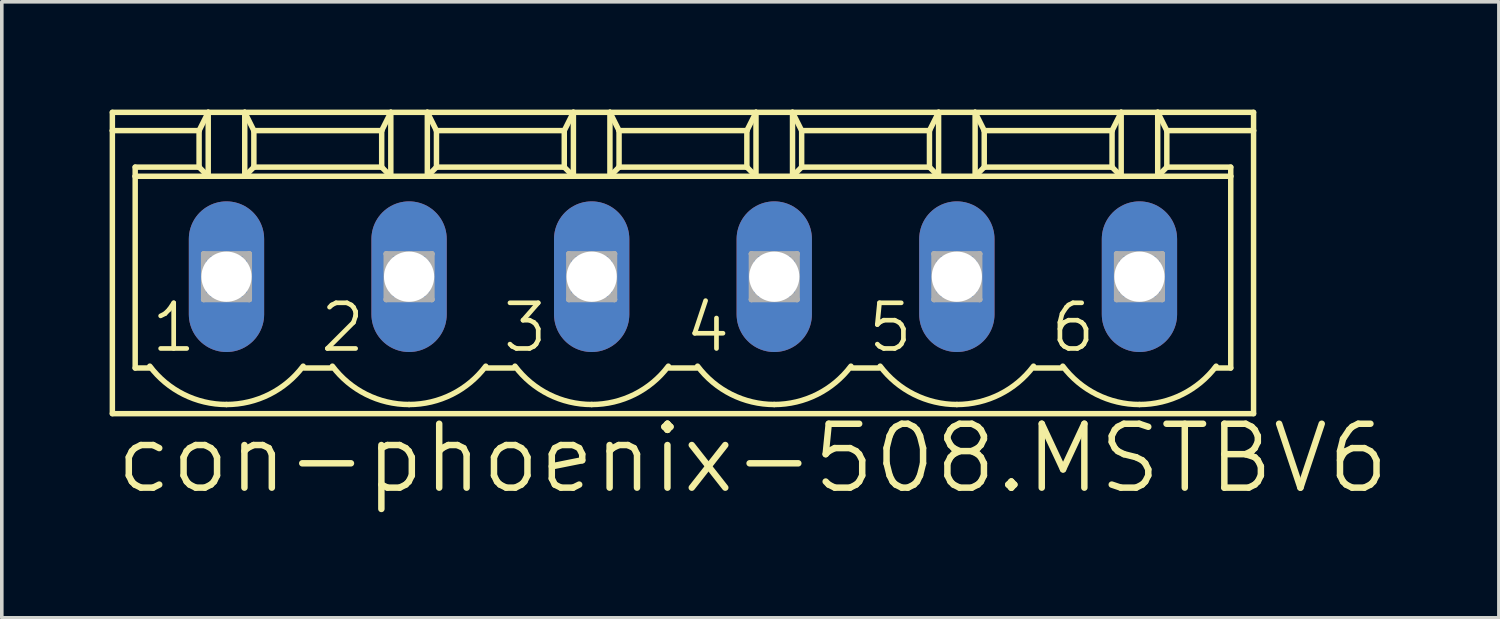
<source format=kicad_pcb>
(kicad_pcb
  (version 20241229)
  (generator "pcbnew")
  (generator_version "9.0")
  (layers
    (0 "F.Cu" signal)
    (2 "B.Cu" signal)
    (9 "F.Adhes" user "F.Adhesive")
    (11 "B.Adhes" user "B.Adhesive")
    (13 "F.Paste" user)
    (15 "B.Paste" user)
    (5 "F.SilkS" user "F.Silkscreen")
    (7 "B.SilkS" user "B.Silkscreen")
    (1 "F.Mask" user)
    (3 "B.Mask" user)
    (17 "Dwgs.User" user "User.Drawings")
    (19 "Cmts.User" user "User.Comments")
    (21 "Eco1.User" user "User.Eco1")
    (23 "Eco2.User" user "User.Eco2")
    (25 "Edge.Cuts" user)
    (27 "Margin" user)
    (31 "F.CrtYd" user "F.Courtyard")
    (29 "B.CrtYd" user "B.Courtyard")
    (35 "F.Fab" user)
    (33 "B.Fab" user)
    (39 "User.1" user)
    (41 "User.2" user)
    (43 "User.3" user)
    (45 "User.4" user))
  (footprint "con-phoenix-508.MSTBV6"
    (layer "F.Cu")
    (at 15.951 4.648)
    (property "Reference" "con-phoenix-508.MSTBV6" (at -15.875 6.096 0) (layer "F.SilkS") (effects (font (size 1.778 1.778) (thickness 0.18)) (justify left bottom)))
    (attr through_hole)
    (fp_line (start -15.875 -4.572) (end -15.875 -4.064) (stroke (width 0.152) (type default)) (layer "F.SilkS"))
    (fp_line (start -15.875 -4.572) (end -13.208 -4.572) (stroke (width 0.152) (type default)) (layer "F.SilkS"))
    (fp_line (start -15.875 -4.064) (end -15.875 3.81) (stroke (width 0.152) (type default)) (layer "F.SilkS"))
    (fp_line (start -15.875 -4.064) (end -13.462 -4.064) (stroke (width 0.152) (type default)) (layer "F.SilkS"))
    (fp_line (start -15.875 3.81) (end 15.875 3.81) (stroke (width 0.152) (type default)) (layer "F.SilkS"))
    (fp_line (start -15.24 -2.794) (end -15.24 -3.048) (stroke (width 0.152) (type default)) (layer "F.SilkS"))
    (fp_line (start -15.24 -2.794) (end -13.208 -2.794) (stroke (width 0.152) (type default)) (layer "F.SilkS"))
    (fp_line (start -15.24 2.54) (end -15.24 -2.794) (stroke (width 0.152) (type default)) (layer "F.SilkS"))
    (fp_line (start -15.24 2.54) (end -14.808 2.54) (stroke (width 0.152) (type default)) (layer "F.SilkS"))
    (fp_line (start -13.462 -4.064) (end -13.462 -3.048) (stroke (width 0.152) (type default)) (layer "F.SilkS"))
    (fp_line (start -13.462 -4.064) (end -13.208 -4.572) (stroke (width 0.152) (type default)) (layer "F.SilkS"))
    (fp_line (start -13.462 -3.048) (end -15.24 -3.048) (stroke (width 0.152) (type default)) (layer "F.SilkS"))
    (fp_line (start -13.462 -3.048) (end -13.208 -2.794) (stroke (width 0.152) (type default)) (layer "F.SilkS"))
    (fp_line (start -13.208 -4.572) (end -12.192 -4.572) (stroke (width 0.152) (type default)) (layer "F.SilkS"))
    (fp_line (start -13.208 -2.794) (end -13.208 -4.572) (stroke (width 0.152) (type default)) (layer "F.SilkS"))
    (fp_line (start -13.208 -2.794) (end -12.192 -2.794) (stroke (width 0.152) (type default)) (layer "F.SilkS"))
    (fp_line (start -12.192 -4.572) (end -11.938 -4.064) (stroke (width 0.152) (type default)) (layer "F.SilkS"))
    (fp_line (start -12.192 -4.572) (end -8.128 -4.572) (stroke (width 0.152) (type default)) (layer "F.SilkS"))
    (fp_line (start -12.192 -2.794) (end -12.192 -4.572) (stroke (width 0.152) (type default)) (layer "F.SilkS"))
    (fp_line (start -12.192 -2.794) (end -8.128 -2.794) (stroke (width 0.152) (type default)) (layer "F.SilkS"))
    (fp_line (start -11.938 -4.064) (end -11.938 -3.048) (stroke (width 0.152) (type default)) (layer "F.SilkS"))
    (fp_line (start -11.938 -4.064) (end -8.382 -4.064) (stroke (width 0.152) (type default)) (layer "F.SilkS"))
    (fp_line (start -11.938 -3.048) (end -12.192 -2.794) (stroke (width 0.152) (type default)) (layer "F.SilkS"))
    (fp_line (start -10.541 2.54) (end -9.779 2.54) (stroke (width 0.152) (type default)) (layer "F.SilkS"))
    (fp_line (start -8.382 -4.064) (end -8.382 -3.048) (stroke (width 0.152) (type default)) (layer "F.SilkS"))
    (fp_line (start -8.382 -4.064) (end -8.128 -4.572) (stroke (width 0.152) (type default)) (layer "F.SilkS"))
    (fp_line (start -8.382 -3.048) (end -11.938 -3.048) (stroke (width 0.152) (type default)) (layer "F.SilkS"))
    (fp_line (start -8.382 -3.048) (end -8.128 -2.794) (stroke (width 0.152) (type default)) (layer "F.SilkS"))
    (fp_line (start -8.128 -4.572) (end -7.112 -4.572) (stroke (width 0.152) (type default)) (layer "F.SilkS"))
    (fp_line (start -8.128 -2.794) (end -8.128 -4.572) (stroke (width 0.152) (type default)) (layer "F.SilkS"))
    (fp_line (start -8.128 -2.794) (end -7.112 -2.794) (stroke (width 0.152) (type default)) (layer "F.SilkS"))
    (fp_line (start -7.112 -4.572) (end -6.858 -4.064) (stroke (width 0.152) (type default)) (layer "F.SilkS"))
    (fp_line (start -7.112 -4.572) (end -3.048 -4.572) (stroke (width 0.152) (type default)) (layer "F.SilkS"))
    (fp_line (start -7.112 -2.794) (end -7.112 -4.572) (stroke (width 0.152) (type default)) (layer "F.SilkS"))
    (fp_line (start -7.112 -2.794) (end -3.048 -2.794) (stroke (width 0.152) (type default)) (layer "F.SilkS"))
    (fp_line (start -6.858 -4.064) (end -6.858 -3.048) (stroke (width 0.152) (type default)) (layer "F.SilkS"))
    (fp_line (start -6.858 -4.064) (end -3.302 -4.064) (stroke (width 0.152) (type default)) (layer "F.SilkS"))
    (fp_line (start -6.858 -3.048) (end -7.112 -2.794) (stroke (width 0.152) (type default)) (layer "F.SilkS"))
    (fp_line (start -5.461 2.54) (end -4.699 2.54) (stroke (width 0.152) (type default)) (layer "F.SilkS"))
    (fp_line (start -3.302 -4.064) (end -3.302 -3.048) (stroke (width 0.152) (type default)) (layer "F.SilkS"))
    (fp_line (start -3.302 -4.064) (end -3.048 -4.572) (stroke (width 0.152) (type default)) (layer "F.SilkS"))
    (fp_line (start -3.302 -3.048) (end -6.858 -3.048) (stroke (width 0.152) (type default)) (layer "F.SilkS"))
    (fp_line (start -3.302 -3.048) (end -3.048 -2.794) (stroke (width 0.152) (type default)) (layer "F.SilkS"))
    (fp_line (start -3.048 -4.572) (end -2.032 -4.572) (stroke (width 0.152) (type default)) (layer "F.SilkS"))
    (fp_line (start -3.048 -2.794) (end -3.048 -4.572) (stroke (width 0.152) (type default)) (layer "F.SilkS"))
    (fp_line (start -3.048 -2.794) (end -2.032 -2.794) (stroke (width 0.152) (type default)) (layer "F.SilkS"))
    (fp_line (start -2.032 -4.572) (end -1.778 -4.064) (stroke (width 0.152) (type default)) (layer "F.SilkS"))
    (fp_line (start -2.032 -4.572) (end 2.032 -4.572) (stroke (width 0.152) (type default)) (layer "F.SilkS"))
    (fp_line (start -2.032 -2.794) (end -2.032 -4.572) (stroke (width 0.152) (type default)) (layer "F.SilkS"))
    (fp_line (start -2.032 -2.794) (end 2.032 -2.794) (stroke (width 0.152) (type default)) (layer "F.SilkS"))
    (fp_line (start -1.778 -4.064) (end -1.778 -3.048) (stroke (width 0.152) (type default)) (layer "F.SilkS"))
    (fp_line (start -1.778 -4.064) (end 1.778 -4.064) (stroke (width 0.152) (type default)) (layer "F.SilkS"))
    (fp_line (start -1.778 -3.048) (end -2.032 -2.794) (stroke (width 0.152) (type default)) (layer "F.SilkS"))
    (fp_line (start -1.778 -3.048) (end 1.778 -3.048) (stroke (width 0.152) (type default)) (layer "F.SilkS"))
    (fp_line (start -0.381 2.54) (end 0.381 2.54) (stroke (width 0.152) (type default)) (layer "F.SilkS"))
    (fp_line (start 1.778 -4.064) (end 1.778 -3.048) (stroke (width 0.152) (type default)) (layer "F.SilkS"))
    (fp_line (start 1.778 -4.064) (end 2.032 -4.572) (stroke (width 0.152) (type default)) (layer "F.SilkS"))
    (fp_line (start 1.778 -3.048) (end 2.032 -2.794) (stroke (width 0.152) (type default)) (layer "F.SilkS"))
    (fp_line (start 2.032 -4.572) (end 3.048 -4.572) (stroke (width 0.152) (type default)) (layer "F.SilkS"))
    (fp_line (start 2.032 -2.794) (end 2.032 -4.572) (stroke (width 0.152) (type default)) (layer "F.SilkS"))
    (fp_line (start 2.032 -2.794) (end 3.048 -2.794) (stroke (width 0.152) (type default)) (layer "F.SilkS"))
    (fp_line (start 3.048 -4.572) (end 3.302 -4.064) (stroke (width 0.152) (type default)) (layer "F.SilkS"))
    (fp_line (start 3.048 -4.572) (end 7.112 -4.572) (stroke (width 0.152) (type default)) (layer "F.SilkS"))
    (fp_line (start 3.048 -2.794) (end 3.048 -4.572) (stroke (width 0.152) (type default)) (layer "F.SilkS"))
    (fp_line (start 3.048 -2.794) (end 7.112 -2.794) (stroke (width 0.152) (type default)) (layer "F.SilkS"))
    (fp_line (start 3.302 -4.064) (end 3.302 -3.048) (stroke (width 0.152) (type default)) (layer "F.SilkS"))
    (fp_line (start 3.302 -4.064) (end 6.858 -4.064) (stroke (width 0.152) (type default)) (layer "F.SilkS"))
    (fp_line (start 3.302 -3.048) (end 3.048 -2.794) (stroke (width 0.152) (type default)) (layer "F.SilkS"))
    (fp_line (start 3.302 -3.048) (end 6.858 -3.048) (stroke (width 0.152) (type default)) (layer "F.SilkS"))
    (fp_line (start 4.699 2.54) (end 5.461 2.54) (stroke (width 0.152) (type default)) (layer "F.SilkS"))
    (fp_line (start 6.858 -4.064) (end 6.858 -3.048) (stroke (width 0.152) (type default)) (layer "F.SilkS"))
    (fp_line (start 6.858 -4.064) (end 7.112 -4.572) (stroke (width 0.152) (type default)) (layer "F.SilkS"))
    (fp_line (start 6.858 -3.048) (end 7.112 -2.794) (stroke (width 0.152) (type default)) (layer "F.SilkS"))
    (fp_line (start 7.112 -4.572) (end 8.128 -4.572) (stroke (width 0.152) (type default)) (layer "F.SilkS"))
    (fp_line (start 7.112 -2.794) (end 7.112 -4.572) (stroke (width 0.152) (type default)) (layer "F.SilkS"))
    (fp_line (start 7.112 -2.794) (end 8.128 -2.794) (stroke (width 0.152) (type default)) (layer "F.SilkS"))
    (fp_line (start 8.128 -4.572) (end 8.382 -4.064) (stroke (width 0.152) (type default)) (layer "F.SilkS"))
    (fp_line (start 8.128 -4.572) (end 12.192 -4.572) (stroke (width 0.152) (type default)) (layer "F.SilkS"))
    (fp_line (start 8.128 -2.794) (end 8.128 -4.572) (stroke (width 0.152) (type default)) (layer "F.SilkS"))
    (fp_line (start 8.128 -2.794) (end 12.192 -2.794) (stroke (width 0.152) (type default)) (layer "F.SilkS"))
    (fp_line (start 8.382 -4.064) (end 8.382 -3.048) (stroke (width 0.152) (type default)) (layer "F.SilkS"))
    (fp_line (start 8.382 -4.064) (end 11.938 -4.064) (stroke (width 0.152) (type default)) (layer "F.SilkS"))
    (fp_line (start 8.382 -3.048) (end 8.128 -2.794) (stroke (width 0.152) (type default)) (layer "F.SilkS"))
    (fp_line (start 8.382 -3.048) (end 11.938 -3.048) (stroke (width 0.152) (type default)) (layer "F.SilkS"))
    (fp_line (start 9.779 2.54) (end 10.541 2.54) (stroke (width 0.152) (type default)) (layer "F.SilkS"))
    (fp_line (start 11.938 -4.064) (end 11.938 -3.048) (stroke (width 0.152) (type default)) (layer "F.SilkS"))
    (fp_line (start 11.938 -4.064) (end 12.192 -4.572) (stroke (width 0.152) (type default)) (layer "F.SilkS"))
    (fp_line (start 11.938 -3.048) (end 12.192 -2.794) (stroke (width 0.152) (type default)) (layer "F.SilkS"))
    (fp_line (start 12.192 -4.572) (end 13.208 -4.572) (stroke (width 0.152) (type default)) (layer "F.SilkS"))
    (fp_line (start 12.192 -2.794) (end 12.192 -4.572) (stroke (width 0.152) (type default)) (layer "F.SilkS"))
    (fp_line (start 12.192 -2.794) (end 13.208 -2.794) (stroke (width 0.152) (type default)) (layer "F.SilkS"))
    (fp_line (start 13.208 -4.572) (end 13.462 -4.064) (stroke (width 0.152) (type default)) (layer "F.SilkS"))
    (fp_line (start 13.208 -4.572) (end 15.875 -4.572) (stroke (width 0.152) (type default)) (layer "F.SilkS"))
    (fp_line (start 13.208 -2.794) (end 13.208 -4.572) (stroke (width 0.152) (type default)) (layer "F.SilkS"))
    (fp_line (start 13.208 -2.794) (end 15.24 -2.794) (stroke (width 0.152) (type default)) (layer "F.SilkS"))
    (fp_line (start 13.462 -4.064) (end 13.462 -3.048) (stroke (width 0.152) (type default)) (layer "F.SilkS"))
    (fp_line (start 13.462 -4.064) (end 15.875 -4.064) (stroke (width 0.152) (type default)) (layer "F.SilkS"))
    (fp_line (start 13.462 -3.048) (end 13.208 -2.794) (stroke (width 0.152) (type default)) (layer "F.SilkS"))
    (fp_line (start 13.462 -3.048) (end 15.24 -3.048) (stroke (width 0.152) (type default)) (layer "F.SilkS"))
    (fp_line (start 14.808 2.54) (end 15.24 2.54) (stroke (width 0.152) (type default)) (layer "F.SilkS"))
    (fp_line (start 15.24 -3.048) (end 15.24 -2.794) (stroke (width 0.152) (type default)) (layer "F.SilkS"))
    (fp_line (start 15.24 -2.794) (end 15.24 2.54) (stroke (width 0.152) (type default)) (layer "F.SilkS"))
    (fp_line (start 15.875 -4.064) (end 15.875 -4.572) (stroke (width 0.152) (type default)) (layer "F.SilkS"))
    (fp_line (start 15.875 3.81) (end 15.875 -4.064) (stroke (width 0.152) (type default)) (layer "F.SilkS"))
    (fp_arc (start -12.7 3.556) (mid -13.892719 3.274437) (end -14.8336 2.4892) (stroke (width 0.1524) (type default)) (layer "F.SilkS"))
    (fp_arc (start -10.5664 2.4892) (mid -11.507281 3.274437) (end -12.7 3.556) (stroke (width 0.1524) (type default)) (layer "F.SilkS"))
    (fp_arc (start -7.62 3.556) (mid -8.812719 3.274437) (end -9.7536 2.4892) (stroke (width 0.1524) (type default)) (layer "F.SilkS"))
    (fp_arc (start -5.4864 2.4892) (mid -6.427281 3.274437) (end -7.62 3.556) (stroke (width 0.1524) (type default)) (layer "F.SilkS"))
    (fp_arc (start -2.54 3.556) (mid -3.732719 3.274437) (end -4.6736 2.4892) (stroke (width 0.1524) (type default)) (layer "F.SilkS"))
    (fp_arc (start -0.4064 2.4892) (mid -1.347281 3.274437) (end -2.54 3.556) (stroke (width 0.1524) (type default)) (layer "F.SilkS"))
    (fp_arc (start 2.54 3.556) (mid 1.347281 3.274437) (end 0.4064 2.4892) (stroke (width 0.1524) (type default)) (layer "F.SilkS"))
    (fp_arc (start 4.6736 2.4892) (mid 3.732719 3.274437) (end 2.54 3.556) (stroke (width 0.1524) (type default)) (layer "F.SilkS"))
    (fp_arc (start 7.62 3.556) (mid 6.427281 3.274437) (end 5.4864 2.4892) (stroke (width 0.1524) (type default)) (layer "F.SilkS"))
    (fp_arc (start 9.7536 2.4892) (mid 8.812719 3.274437) (end 7.62 3.556) (stroke (width 0.1524) (type default)) (layer "F.SilkS"))
    (fp_arc (start 12.7 3.556) (mid 11.507281 3.274437) (end 10.5664 2.4892) (stroke (width 0.1524) (type default)) (layer "F.SilkS"))
    (fp_arc (start 14.8336 2.4892) (mid 13.892719 3.274437) (end 12.7 3.556) (stroke (width 0.1524) (type default)) (layer "F.SilkS"))
    (fp_line (start -13.335 -0.635) (end -13.335 0.635) (stroke (width 0.152) (type default)) (layer "F.Fab"))
    (fp_line (start -13.335 -0.635) (end -12.065 0.635) (stroke (width 0.152) (type default)) (layer "F.Fab"))
    (fp_line (start -13.335 0.635) (end -12.065 -0.635) (stroke (width 0.152) (type default)) (layer "F.Fab"))
    (fp_line (start -13.335 0.635) (end -12.065 0.635) (stroke (width 0.152) (type default)) (layer "F.Fab"))
    (fp_line (start -12.065 -0.635) (end -13.335 -0.635) (stroke (width 0.152) (type default)) (layer "F.Fab"))
    (fp_line (start -12.065 0.635) (end -12.065 -0.635) (stroke (width 0.152) (type default)) (layer "F.Fab"))
    (fp_line (start -8.255 -0.635) (end -8.255 0.635) (stroke (width 0.152) (type default)) (layer "F.Fab"))
    (fp_line (start -8.255 -0.635) (end -6.985 0.635) (stroke (width 0.152) (type default)) (layer "F.Fab"))
    (fp_line (start -8.255 0.635) (end -6.985 -0.635) (stroke (width 0.152) (type default)) (layer "F.Fab"))
    (fp_line (start -8.255 0.635) (end -6.985 0.635) (stroke (width 0.152) (type default)) (layer "F.Fab"))
    (fp_line (start -6.985 -0.635) (end -8.255 -0.635) (stroke (width 0.152) (type default)) (layer "F.Fab"))
    (fp_line (start -6.985 0.635) (end -6.985 -0.635) (stroke (width 0.152) (type default)) (layer "F.Fab"))
    (fp_line (start -3.175 -0.635) (end -3.175 0.635) (stroke (width 0.152) (type default)) (layer "F.Fab"))
    (fp_line (start -3.175 -0.635) (end -1.905 0.635) (stroke (width 0.152) (type default)) (layer "F.Fab"))
    (fp_line (start -3.175 0.635) (end -1.905 -0.635) (stroke (width 0.152) (type default)) (layer "F.Fab"))
    (fp_line (start -3.175 0.635) (end -1.905 0.635) (stroke (width 0.152) (type default)) (layer "F.Fab"))
    (fp_line (start -1.905 -0.635) (end -3.175 -0.635) (stroke (width 0.152) (type default)) (layer "F.Fab"))
    (fp_line (start -1.905 0.635) (end -1.905 -0.635) (stroke (width 0.152) (type default)) (layer "F.Fab"))
    (fp_line (start 1.905 -0.635) (end 1.905 0.635) (stroke (width 0.152) (type default)) (layer "F.Fab"))
    (fp_line (start 1.905 -0.635) (end 3.175 0.635) (stroke (width 0.152) (type default)) (layer "F.Fab"))
    (fp_line (start 1.905 0.635) (end 3.175 -0.635) (stroke (width 0.152) (type default)) (layer "F.Fab"))
    (fp_line (start 1.905 0.635) (end 3.175 0.635) (stroke (width 0.152) (type default)) (layer "F.Fab"))
    (fp_line (start 3.175 -0.635) (end 1.905 -0.635) (stroke (width 0.152) (type default)) (layer "F.Fab"))
    (fp_line (start 3.175 0.635) (end 3.175 -0.635) (stroke (width 0.152) (type default)) (layer "F.Fab"))
    (fp_line (start 6.985 -0.635) (end 6.985 0.635) (stroke (width 0.152) (type default)) (layer "F.Fab"))
    (fp_line (start 6.985 -0.635) (end 8.255 0.635) (stroke (width 0.152) (type default)) (layer "F.Fab"))
    (fp_line (start 6.985 0.635) (end 8.255 -0.635) (stroke (width 0.152) (type default)) (layer "F.Fab"))
    (fp_line (start 6.985 0.635) (end 8.255 0.635) (stroke (width 0.152) (type default)) (layer "F.Fab"))
    (fp_line (start 8.255 -0.635) (end 6.985 -0.635) (stroke (width 0.152) (type default)) (layer "F.Fab"))
    (fp_line (start 8.255 0.635) (end 8.255 -0.635) (stroke (width 0.152) (type default)) (layer "F.Fab"))
    (fp_line (start 12.065 -0.635) (end 12.065 0.635) (stroke (width 0.152) (type default)) (layer "F.Fab"))
    (fp_line (start 12.065 -0.635) (end 13.335 0.635) (stroke (width 0.152) (type default)) (layer "F.Fab"))
    (fp_line (start 12.065 0.635) (end 13.335 -0.635) (stroke (width 0.152) (type default)) (layer "F.Fab"))
    (fp_line (start 12.065 0.635) (end 13.335 0.635) (stroke (width 0.152) (type default)) (layer "F.Fab"))
    (fp_line (start 13.335 -0.635) (end 12.065 -0.635) (stroke (width 0.152) (type default)) (layer "F.Fab"))
    (fp_line (start 13.335 0.635) (end 13.335 -0.635) (stroke (width 0.152) (type default)) (layer "F.Fab"))
    (fp_text user "1" (at -14.859 2.159 0) (layer "F.SilkS") (effects (font (size 1.27 1.27) (thickness 0.13)) (justify left bottom)))
    (fp_text user "5" (at 5.08 2.159 0) (layer "F.SilkS") (effects (font (size 1.27 1.27) (thickness 0.13)) (justify left bottom)))
    (fp_text user "4" (at 0 2.159 0) (layer "F.SilkS") (effects (font (size 1.27 1.27) (thickness 0.13)) (justify left bottom)))
    (fp_text user "3" (at -5.08 2.159 0) (layer "F.SilkS") (effects (font (size 1.27 1.27) (thickness 0.13)) (justify left bottom)))
    (fp_text user "2" (at -10.16 2.159 0) (layer "F.SilkS") (effects (font (size 1.27 1.27) (thickness 0.13)) (justify left bottom)))
    (fp_text user "6" (at 10.16 2.159 0) (layer "F.SilkS") (effects (font (size 1.27 1.27) (thickness 0.13)) (justify left bottom)))
    (pad "1" thru_hole oval (at -12.7 0 90) (size 4.191 2.095) (drill 1.397) (layers "*.Cu" "*.Mask"))
    (pad "2" thru_hole oval (at -7.62 0 90) (size 4.191 2.095) (drill 1.397) (layers "*.Cu" "*.Mask"))
    (pad "3" thru_hole oval (at -2.54 0 90) (size 4.191 2.095) (drill 1.397) (layers "*.Cu" "*.Mask"))
    (pad "4" thru_hole oval (at 2.54 0 90) (size 4.191 2.095) (drill 1.397) (layers "*.Cu" "*.Mask"))
    (pad "5" thru_hole oval (at 7.62 0 90) (size 4.191 2.095) (drill 1.397) (layers "*.Cu" "*.Mask"))
    (pad "6" thru_hole oval (at 12.7 0 90) (size 4.191 2.095) (drill 1.397) (layers "*.Cu" "*.Mask")))
  (gr_rect
    (start -3 -3)
    (end 38.651 14.138)
    (stroke (width 0.1) (type default))
    (fill no)
    (layer "Edge.Cuts")))
</source>
